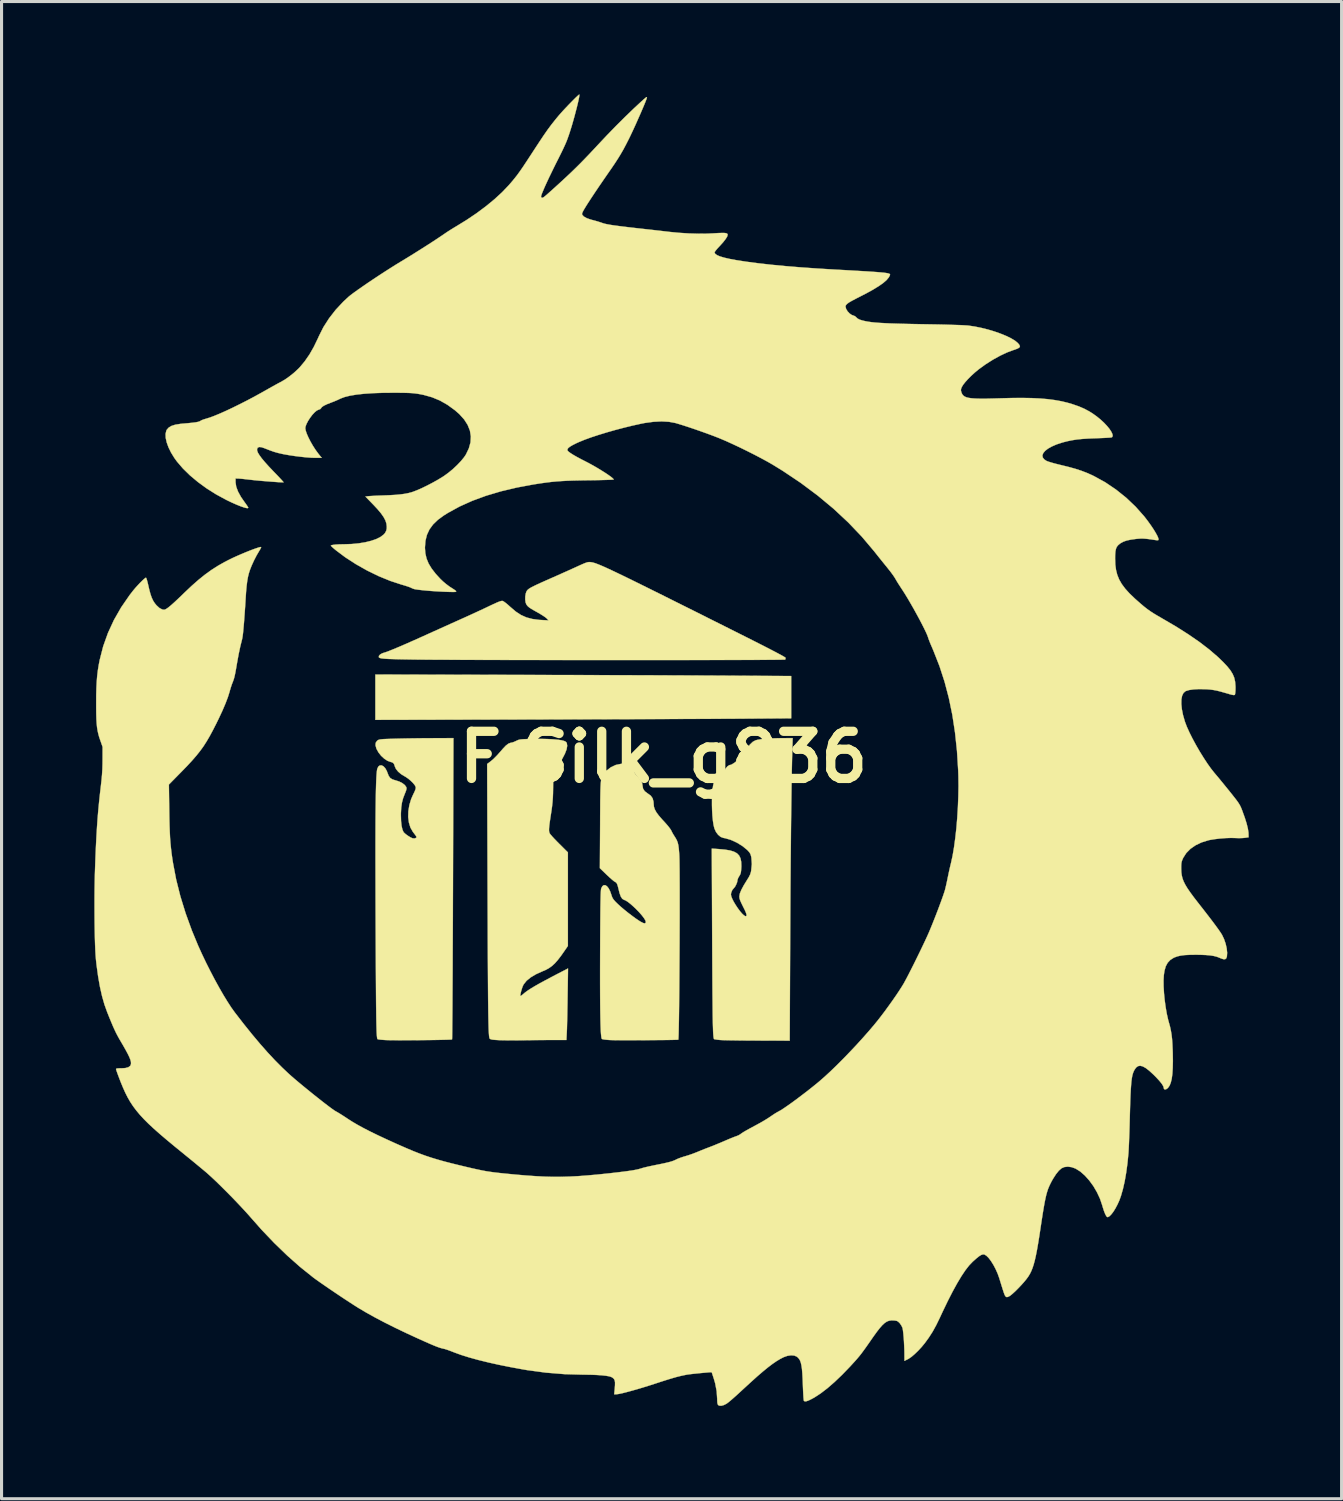
<source format=kicad_pcb>
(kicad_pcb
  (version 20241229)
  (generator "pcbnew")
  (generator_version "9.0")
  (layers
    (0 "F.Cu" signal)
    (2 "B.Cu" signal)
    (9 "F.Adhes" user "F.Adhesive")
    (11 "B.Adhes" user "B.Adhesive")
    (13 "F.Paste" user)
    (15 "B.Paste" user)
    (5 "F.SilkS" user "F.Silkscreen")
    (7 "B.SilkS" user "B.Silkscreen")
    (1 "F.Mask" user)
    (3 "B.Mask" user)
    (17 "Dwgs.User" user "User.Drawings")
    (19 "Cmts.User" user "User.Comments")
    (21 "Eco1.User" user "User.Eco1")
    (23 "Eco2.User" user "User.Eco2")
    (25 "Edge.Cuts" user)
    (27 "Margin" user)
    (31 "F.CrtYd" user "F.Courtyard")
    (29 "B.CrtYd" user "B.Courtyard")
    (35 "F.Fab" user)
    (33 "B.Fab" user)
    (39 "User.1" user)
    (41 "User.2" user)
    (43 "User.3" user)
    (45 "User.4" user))
  (footprint "F.Silk_g836"
    (layer "F.Cu")
    (at 18.395 21.421)
    (property "Reference" "F.Silk_g836" (at 0 0 0) (layer "F.SilkS") (effects (font (size 1.524 1.524) (thickness 0.3))))
    (attr through_hole)
    (fp_poly (pts (xy -4.588 -2.657) (xy -4.112 -2.656) (xy -3.63 -2.654) (xy -3.145 -2.653) (xy -2.659 -2.652) (xy -2.177 -2.65) (xy -1.702 -2.648) (xy -1.235 -2.647) (xy -0.781 -2.645) (xy -0.343 -2.644) (xy 0.076 -2.642) (xy 0.473 -2.64) (xy 0.846 -2.639) (xy 1.19 -2.637) (xy 1.503 -2.636) (xy 1.781 -2.634) (xy 2.022 -2.633) (xy 2.133 -2.632) (xy 4.128 -2.62) (xy 4.128 -1.254) (xy 2.302 -1.241) (xy 2.103 -1.24) (xy 1.865 -1.239) (xy 1.59 -1.237) (xy 1.282 -1.236) (xy 0.943 -1.234) (xy 0.577 -1.233) (xy 0.185 -1.231) (xy -0.228 -1.229) (xy -0.661 -1.228) (xy -1.109 -1.226) (xy -1.571 -1.225) (xy -2.043 -1.223) (xy -2.523 -1.222) (xy -3.007 -1.22) (xy -3.492 -1.219) (xy -3.976 -1.217) (xy -4.419 -1.216) (xy -9.313 -1.204) (xy -9.313 -2.669) (xy -4.588 -2.657)) (stroke (width 0.01) (type solid)) (fill yes) (layer "F.SilkS"))
    (fp_poly (pts (xy -3.94 -0.589) (xy -3.777 -0.585) (xy -3.632 -0.579) (xy -3.562 -0.575) (xy -3.41 -0.561) (xy -3.295 -0.544) (xy -3.214 -0.523) (xy -3.16 -0.498) (xy -3.13 -0.465) (xy -3.125 -0.454) (xy -3.112 -0.365) (xy -3.132 -0.249) (xy -3.186 -0.109) (xy -3.273 0.058) (xy -3.374 0.22) (xy -3.434 0.311) (xy -3.479 0.384) (xy -3.513 0.445) (xy -3.536 0.505) (xy -3.551 0.569) (xy -3.559 0.646) (xy -3.564 0.744) (xy -3.566 0.871) (xy -3.567 0.984) (xy -3.57 1.165) (xy -3.576 1.316) (xy -3.586 1.452) (xy -3.6 1.584) (xy -3.619 1.726) (xy -3.629 1.789) (xy -3.656 1.966) (xy -3.677 2.107) (xy -3.691 2.217) (xy -3.698 2.3) (xy -3.7 2.362) (xy -3.696 2.408) (xy -3.687 2.443) (xy -3.676 2.467) (xy -3.651 2.502) (xy -3.601 2.56) (xy -3.531 2.636) (xy -3.448 2.722) (xy -3.367 2.804) (xy -3.09 3.079) (xy -3.09 6.104) (xy -3.2 6.264) (xy -3.317 6.43) (xy -3.421 6.564) (xy -3.516 6.671) (xy -3.61 6.756) (xy -3.706 6.824) (xy -3.812 6.881) (xy -3.906 6.921) (xy -4.119 7.017) (xy -4.292 7.12) (xy -4.426 7.229) (xy -4.518 7.345) (xy -4.536 7.378) (xy -4.559 7.432) (xy -4.582 7.503) (xy -4.604 7.579) (xy -4.62 7.649) (xy -4.628 7.701) (xy -4.626 7.721) (xy -4.605 7.716) (xy -4.566 7.687) (xy -4.545 7.669) (xy -4.481 7.614) (xy -4.398 7.553) (xy -4.293 7.484) (xy -4.164 7.406) (xy -4.008 7.317) (xy -3.82 7.215) (xy -3.599 7.098) (xy -3.485 7.038) (xy -3.085 6.831) (xy -3.099 7.739) (xy -3.102 7.942) (xy -3.106 8.142) (xy -3.109 8.331) (xy -3.113 8.505) (xy -3.117 8.657) (xy -3.12 8.782) (xy -3.124 8.872) (xy -3.125 8.895) (xy -3.137 9.144) (xy -3.595 9.144) (xy -3.761 9.144) (xy -3.953 9.146) (xy -4.158 9.147) (xy -4.361 9.15) (xy -4.546 9.152) (xy -4.572 9.153) (xy -4.734 9.154) (xy -4.898 9.155) (xy -5.055 9.154) (xy -5.193 9.152) (xy -5.304 9.149) (xy -5.341 9.147) (xy -5.453 9.14) (xy -5.53 9.132) (xy -5.579 9.121) (xy -5.608 9.107) (xy -5.618 9.097) (xy -5.624 9.085) (xy -5.629 9.064) (xy -5.634 9.034) (xy -5.639 8.992) (xy -5.643 8.936) (xy -5.647 8.866) (xy -5.651 8.78) (xy -5.654 8.675) (xy -5.657 8.551) (xy -5.66 8.406) (xy -5.663 8.238) (xy -5.665 8.045) (xy -5.668 7.827) (xy -5.67 7.582) (xy -5.672 7.307) (xy -5.674 7.002) (xy -5.676 6.664) (xy -5.678 6.293) (xy -5.68 5.887) (xy -5.681 5.443) (xy -5.683 4.961) (xy -5.685 4.439) (xy -5.686 4.202) (xy -5.699 0.222) (xy -5.594 0.143) (xy -5.493 0.058) (xy -5.377 -0.059) (xy -5.244 -0.208) (xy -5.188 -0.274) (xy -5.096 -0.371) (xy -5.01 -0.436) (xy -4.934 -0.464) (xy -4.918 -0.466) (xy -4.874 -0.475) (xy -4.811 -0.5) (xy -4.764 -0.522) (xy -4.724 -0.541) (xy -4.687 -0.556) (xy -4.643 -0.567) (xy -4.588 -0.574) (xy -4.512 -0.579) (xy -4.41 -0.583) (xy -4.273 -0.587) (xy -4.26 -0.587) (xy -4.106 -0.589) (xy -3.94 -0.589)) (stroke (width 0.01) (type solid)) (fill yes) (layer "F.SilkS"))
    (fp_poly (pts (xy 4.163 -0.175) (xy 4.157 0.019) (xy 4.152 0.252) (xy 4.146 0.523) (xy 4.141 0.83) (xy 4.136 1.171) (xy 4.131 1.543) (xy 4.126 1.944) (xy 4.121 2.372) (xy 4.117 2.825) (xy 4.112 3.3) (xy 4.108 3.796) (xy 4.104 4.309) (xy 4.101 4.839) (xy 4.098 5.383) (xy 4.095 5.938) (xy 4.094 6.186) (xy 4.08 9.165) (xy 3.051 9.162) (xy 2.839 9.161) (xy 2.633 9.16) (xy 2.44 9.158) (xy 2.264 9.155) (xy 2.11 9.153) (xy 1.984 9.15) (xy 1.89 9.147) (xy 1.836 9.144) (xy 1.751 9.136) (xy 1.683 9.126) (xy 1.642 9.118) (xy 1.635 9.114) (xy 1.629 9.103) (xy 1.623 9.083) (xy 1.618 9.051) (xy 1.613 9.005) (xy 1.608 8.944) (xy 1.604 8.865) (xy 1.601 8.767) (xy 1.597 8.648) (xy 1.594 8.505) (xy 1.591 8.338) (xy 1.589 8.143) (xy 1.587 7.92) (xy 1.584 7.665) (xy 1.582 7.378) (xy 1.58 7.056) (xy 1.578 6.697) (xy 1.576 6.3) (xy 1.574 5.897) (xy 1.561 2.957) (xy 1.78 2.972) (xy 1.983 2.99) (xy 2.148 3.017) (xy 2.277 3.056) (xy 2.375 3.109) (xy 2.444 3.18) (xy 2.489 3.271) (xy 2.512 3.384) (xy 2.517 3.523) (xy 2.515 3.567) (xy 2.509 3.665) (xy 2.5 3.733) (xy 2.485 3.783) (xy 2.461 3.828) (xy 2.449 3.846) (xy 2.414 3.907) (xy 2.394 3.963) (xy 2.391 3.98) (xy 2.38 4.044) (xy 2.35 4.119) (xy 2.313 4.189) (xy 2.277 4.232) (xy 2.223 4.298) (xy 2.188 4.384) (xy 2.18 4.442) (xy 2.192 4.505) (xy 2.226 4.588) (xy 2.275 4.684) (xy 2.337 4.786) (xy 2.404 4.887) (xy 2.474 4.981) (xy 2.541 5.059) (xy 2.601 5.115) (xy 2.648 5.142) (xy 2.658 5.144) (xy 2.682 5.133) (xy 2.685 5.098) (xy 2.668 5.037) (xy 2.63 4.947) (xy 2.569 4.825) (xy 2.514 4.712) (xy 2.477 4.628) (xy 2.458 4.563) (xy 2.452 4.51) (xy 2.452 4.506) (xy 2.468 4.411) (xy 2.517 4.29) (xy 2.597 4.141) (xy 2.697 3.979) (xy 2.76 3.878) (xy 2.801 3.795) (xy 2.826 3.716) (xy 2.834 3.675) (xy 2.856 3.457) (xy 2.842 3.256) (xy 2.834 3.213) (xy 2.815 3.145) (xy 2.786 3.09) (xy 2.737 3.032) (xy 2.7 2.995) (xy 2.548 2.872) (xy 2.373 2.765) (xy 2.187 2.68) (xy 2.003 2.624) (xy 1.937 2.612) (xy 1.85 2.58) (xy 1.768 2.513) (xy 1.698 2.421) (xy 1.648 2.311) (xy 1.646 2.307) (xy 1.619 2.196) (xy 1.598 2.058) (xy 1.582 1.9) (xy 1.572 1.73) (xy 1.567 1.553) (xy 1.567 1.378) (xy 1.573 1.211) (xy 1.585 1.059) (xy 1.602 0.93) (xy 1.625 0.829) (xy 1.648 0.773) (xy 1.692 0.722) (xy 1.749 0.688) (xy 1.749 0.688) (xy 1.81 0.663) (xy 1.856 0.627) (xy 1.898 0.571) (xy 1.943 0.485) (xy 1.948 0.475) (xy 2.008 0.37) (xy 2.07 0.297) (xy 2.132 0.258) (xy 2.16 0.254) (xy 2.201 0.24) (xy 2.264 0.202) (xy 2.341 0.146) (xy 2.424 0.077) (xy 2.505 0.003) (xy 2.555 -0.048) (xy 2.619 -0.124) (xy 2.678 -0.209) (xy 2.717 -0.279) (xy 2.79 -0.403) (xy 2.884 -0.492) (xy 2.973 -0.541) (xy 3.041 -0.56) (xy 3.146 -0.577) (xy 3.282 -0.591) (xy 3.445 -0.602) (xy 3.628 -0.609) (xy 3.826 -0.613) (xy 3.871 -0.613) (xy 4.176 -0.614) (xy 4.163 -0.175)) (stroke (width 0.01) (type solid)) (fill yes) (layer "F.SilkS"))
    (fp_poly (pts (xy -2.369 -6.303) (xy -2.35 -6.301) (xy -2.318 -6.296) (xy -2.282 -6.289) (xy -2.24 -6.277) (xy -2.192 -6.262) (xy -2.134 -6.24) (xy -2.066 -6.213) (xy -1.985 -6.179) (xy -1.891 -6.138) (xy -1.781 -6.087) (xy -1.654 -6.028) (xy -1.507 -5.958) (xy -1.34 -5.878) (xy -1.151 -5.786) (xy -0.937 -5.681) (xy -0.698 -5.563) (xy -0.431 -5.431) (xy -0.135 -5.284) (xy 0.192 -5.121) (xy 0.552 -4.941) (xy 0.946 -4.745) (xy 1.376 -4.53) (xy 1.416 -4.509) (xy 1.794 -4.32) (xy 2.135 -4.149) (xy 2.442 -3.995) (xy 2.715 -3.858) (xy 2.956 -3.736) (xy 3.167 -3.629) (xy 3.349 -3.536) (xy 3.504 -3.456) (xy 3.632 -3.389) (xy 3.737 -3.333) (xy 3.819 -3.289) (xy 3.88 -3.254) (xy 3.921 -3.229) (xy 3.943 -3.213) (xy 3.949 -3.204) (xy 3.949 -3.204) (xy 3.938 -3.164) (xy 3.937 -3.152) (xy 3.916 -3.15) (xy 3.855 -3.149) (xy 3.756 -3.147) (xy 3.62 -3.146) (xy 3.45 -3.145) (xy 3.248 -3.143) (xy 3.016 -3.142) (xy 2.756 -3.141) (xy 2.47 -3.14) (xy 2.159 -3.14) (xy 1.827 -3.139) (xy 1.475 -3.138) (xy 1.105 -3.138) (xy 0.719 -3.137) (xy 0.319 -3.137) (xy -0.092 -3.137) (xy -0.514 -3.136) (xy -0.943 -3.136) (xy -1.378 -3.136) (xy -1.816 -3.136) (xy -2.257 -3.137) (xy -2.696 -3.137) (xy -3.134 -3.137) (xy -3.566 -3.138) (xy -3.993 -3.138) (xy -4.411 -3.139) (xy -4.818 -3.139) (xy -5.213 -3.14) (xy -5.592 -3.141) (xy -5.956 -3.142) (xy -6.3 -3.143) (xy -6.624 -3.144) (xy -6.925 -3.146) (xy -7.201 -3.147) (xy -7.451 -3.148) (xy -7.671 -3.15) (xy -7.861 -3.151) (xy -8.017 -3.153) (xy -8.139 -3.155) (xy -8.379 -3.159) (xy -8.58 -3.163) (xy -8.745 -3.168) (xy -8.879 -3.172) (xy -8.983 -3.178) (xy -9.063 -3.185) (xy -9.121 -3.192) (xy -9.16 -3.202) (xy -9.185 -3.212) (xy -9.198 -3.225) (xy -9.201 -3.231) (xy -9.196 -3.273) (xy -9.159 -3.315) (xy -9.096 -3.352) (xy -9.051 -3.368) (xy -8.974 -3.392) (xy -8.863 -3.433) (xy -8.717 -3.492) (xy -8.535 -3.568) (xy -8.318 -3.662) (xy -8.065 -3.774) (xy -7.774 -3.904) (xy -7.631 -3.969) (xy -7.439 -4.056) (xy -7.241 -4.145) (xy -7.044 -4.234) (xy -6.856 -4.319) (xy -6.684 -4.396) (xy -6.535 -4.463) (xy -6.424 -4.513) (xy -6.267 -4.584) (xy -6.093 -4.664) (xy -5.916 -4.746) (xy -5.751 -4.823) (xy -5.628 -4.882) (xy -5.492 -4.946) (xy -5.389 -4.993) (xy -5.313 -5.024) (xy -5.258 -5.042) (xy -5.22 -5.049) (xy -5.197 -5.047) (xy -5.16 -5.027) (xy -5.101 -4.984) (xy -5.027 -4.923) (xy -4.947 -4.851) (xy -4.94 -4.845) (xy -4.772 -4.702) (xy -4.605 -4.593) (xy -4.43 -4.515) (xy -4.237 -4.464) (xy -4.019 -4.435) (xy -3.948 -4.431) (xy -3.715 -4.419) (xy -3.775 -4.483) (xy -3.817 -4.518) (xy -3.887 -4.566) (xy -3.975 -4.621) (xy -4.071 -4.677) (xy -4.071 -4.677) (xy -4.187 -4.742) (xy -4.272 -4.792) (xy -4.333 -4.832) (xy -4.376 -4.867) (xy -4.407 -4.901) (xy -4.432 -4.936) (xy -4.458 -5.003) (xy -4.469 -5.094) (xy -4.467 -5.195) (xy -4.451 -5.29) (xy -4.429 -5.351) (xy -4.413 -5.378) (xy -4.392 -5.404) (xy -4.362 -5.43) (xy -4.319 -5.459) (xy -4.26 -5.493) (xy -4.18 -5.533) (xy -4.076 -5.583) (xy -3.945 -5.643) (xy -3.781 -5.716) (xy -3.598 -5.797) (xy -3.439 -5.867) (xy -3.272 -5.942) (xy -3.106 -6.016) (xy -2.953 -6.085) (xy -2.824 -6.143) (xy -2.777 -6.165) (xy -2.656 -6.22) (xy -2.566 -6.259) (xy -2.5 -6.284) (xy -2.45 -6.299) (xy -2.409 -6.304) (xy -2.369 -6.303)) (stroke (width 0.01) (type solid)) (fill yes) (layer "F.SilkS"))
    (fp_poly (pts (xy -6.804 4.249) (xy -6.806 4.7) (xy -6.807 5.14) (xy -6.809 5.566) (xy -6.811 5.978) (xy -6.813 6.373) (xy -6.814 6.749) (xy -6.816 7.104) (xy -6.818 7.438) (xy -6.82 7.746) (xy -6.821 8.029) (xy -6.823 8.284) (xy -6.825 8.508) (xy -6.827 8.701) (xy -6.828 8.86) (xy -6.83 8.984) (xy -6.831 9.07) (xy -6.833 9.117) (xy -6.834 9.125) (xy -6.858 9.129) (xy -6.919 9.132) (xy -7.013 9.135) (xy -7.135 9.138) (xy -7.279 9.141) (xy -7.441 9.144) (xy -7.617 9.146) (xy -7.801 9.148) (xy -7.988 9.15) (xy -8.173 9.151) (xy -8.352 9.151) (xy -8.52 9.152) (xy -8.671 9.151) (xy -8.801 9.15) (xy -8.906 9.148) (xy -8.978 9.146) (xy -9.077 9.139) (xy -9.16 9.132) (xy -9.219 9.123) (xy -9.243 9.116) (xy -9.248 9.106) (xy -9.254 9.088) (xy -9.258 9.058) (xy -9.263 9.017) (xy -9.267 8.961) (xy -9.271 8.89) (xy -9.274 8.801) (xy -9.277 8.692) (xy -9.28 8.562) (xy -9.283 8.41) (xy -9.285 8.232) (xy -9.288 8.029) (xy -9.29 7.797) (xy -9.292 7.535) (xy -9.294 7.241) (xy -9.296 6.914) (xy -9.298 6.551) (xy -9.3 6.152) (xy -9.302 5.713) (xy -9.304 5.234) (xy -9.304 5.228) (xy -9.306 4.668) (xy -9.307 4.148) (xy -9.308 3.668) (xy -9.309 3.227) (xy -9.309 2.823) (xy -9.308 2.455) (xy -9.307 2.121) (xy -9.305 1.821) (xy -9.302 1.553) (xy -9.299 1.315) (xy -9.295 1.107) (xy -9.29 0.928) (xy -9.285 0.775) (xy -9.279 0.648) (xy -9.272 0.545) (xy -9.265 0.465) (xy -9.257 0.407) (xy -9.25 0.376) (xy -9.215 0.304) (xy -9.167 0.269) (xy -9.111 0.267) (xy -9.052 0.297) (xy -8.994 0.358) (xy -8.944 0.446) (xy -8.922 0.504) (xy -8.882 0.605) (xy -8.834 0.673) (xy -8.766 0.718) (xy -8.669 0.75) (xy -8.651 0.754) (xy -8.538 0.791) (xy -8.438 0.843) (xy -8.36 0.904) (xy -8.314 0.968) (xy -8.311 0.976) (xy -8.305 1.015) (xy -8.315 1.066) (xy -8.342 1.141) (xy -8.36 1.183) (xy -8.416 1.329) (xy -8.454 1.475) (xy -8.477 1.634) (xy -8.487 1.818) (xy -8.487 1.884) (xy -8.482 2.07) (xy -8.465 2.224) (xy -8.438 2.342) (xy -8.402 2.422) (xy -8.39 2.437) (xy -8.332 2.49) (xy -8.256 2.545) (xy -8.178 2.593) (xy -8.112 2.623) (xy -8.107 2.625) (xy -8.039 2.629) (xy -8.009 2.615) (xy -7.991 2.602) (xy -7.983 2.59) (xy -7.987 2.572) (xy -8.006 2.54) (xy -8.044 2.489) (xy -8.102 2.413) (xy -8.179 2.278) (xy -8.228 2.117) (xy -8.251 1.938) (xy -8.246 1.747) (xy -8.214 1.551) (xy -8.156 1.357) (xy -8.093 1.215) (xy -8.046 1.118) (xy -8.018 1.049) (xy -8.007 1) (xy -8.01 0.964) (xy -8.037 0.909) (xy -8.092 0.841) (xy -8.165 0.768) (xy -8.247 0.699) (xy -8.328 0.643) (xy -8.359 0.625) (xy -8.478 0.553) (xy -8.576 0.47) (xy -8.647 0.382) (xy -8.68 0.31) (xy -8.705 0.234) (xy -8.735 0.19) (xy -8.78 0.166) (xy -8.817 0.157) (xy -8.92 0.12) (xy -9.025 0.051) (xy -9.126 -0.042) (xy -9.212 -0.151) (xy -9.275 -0.266) (xy -9.281 -0.282) (xy -9.308 -0.384) (xy -9.301 -0.463) (xy -9.258 -0.525) (xy -9.243 -0.537) (xy -9.223 -0.551) (xy -9.198 -0.561) (xy -9.164 -0.57) (xy -9.115 -0.576) (xy -9.046 -0.582) (xy -8.952 -0.586) (xy -8.827 -0.59) (xy -8.666 -0.595) (xy -8.63 -0.596) (xy -8.452 -0.6) (xy -8.245 -0.604) (xy -8.022 -0.607) (xy -7.796 -0.61) (xy -7.58 -0.611) (xy -7.432 -0.612) (xy -6.789 -0.614) (xy -6.804 4.249)) (stroke (width 0.01) (type solid)) (fill yes) (layer "F.SilkS"))
    (fp_poly (pts (xy -1.167 0.22) (xy -1.105 0.241) (xy -1.048 0.28) (xy -1.039 0.288) (xy -0.983 0.356) (xy -0.96 0.431) (xy -0.943 0.492) (xy -0.907 0.55) (xy -0.845 0.619) (xy -0.841 0.623) (xy -0.746 0.733) (xy -0.692 0.836) (xy -0.677 0.921) (xy -0.66 1.02) (xy -0.606 1.103) (xy -0.513 1.174) (xy -0.503 1.18) (xy -0.409 1.249) (xy -0.35 1.335) (xy -0.322 1.443) (xy -0.317 1.519) (xy -0.309 1.604) (xy -0.281 1.689) (xy -0.232 1.781) (xy -0.156 1.884) (xy -0.052 2.005) (xy -0.001 2.06) (xy 0.079 2.148) (xy 0.15 2.231) (xy 0.206 2.303) (xy 0.241 2.355) (xy 0.248 2.367) (xy 0.278 2.429) (xy 0.321 2.505) (xy 0.351 2.552) (xy 0.399 2.628) (xy 0.435 2.697) (xy 0.461 2.768) (xy 0.48 2.849) (xy 0.494 2.95) (xy 0.505 3.08) (xy 0.51 3.149) (xy 0.513 3.218) (xy 0.516 3.323) (xy 0.518 3.461) (xy 0.52 3.628) (xy 0.521 3.824) (xy 0.522 4.043) (xy 0.523 4.284) (xy 0.523 4.543) (xy 0.523 4.818) (xy 0.523 5.106) (xy 0.522 5.403) (xy 0.521 5.707) (xy 0.52 6.015) (xy 0.518 6.324) (xy 0.516 6.631) (xy 0.514 6.934) (xy 0.512 7.229) (xy 0.51 7.513) (xy 0.507 7.784) (xy 0.505 8.038) (xy 0.502 8.273) (xy 0.499 8.486) (xy 0.495 8.674) (xy 0.492 8.833) (xy 0.489 8.962) (xy 0.485 9.057) (xy 0.482 9.115) (xy 0.479 9.133) (xy 0.45 9.136) (xy 0.384 9.138) (xy 0.285 9.141) (xy 0.159 9.143) (xy 0.01 9.145) (xy -0.157 9.146) (xy -0.336 9.148) (xy -0.523 9.149) (xy -0.713 9.15) (xy -0.901 9.151) (xy -1.081 9.151) (xy -1.25 9.151) (xy -1.402 9.151) (xy -1.532 9.15) (xy -1.635 9.148) (xy -1.707 9.146) (xy -1.719 9.146) (xy -1.832 9.138) (xy -1.92 9.128) (xy -1.976 9.116) (xy -1.992 9.108) (xy -2.003 9.081) (xy -2.012 9.022) (xy -2.021 8.931) (xy -2.028 8.806) (xy -2.034 8.646) (xy -2.039 8.451) (xy -2.043 8.22) (xy -2.046 7.951) (xy -2.048 7.644) (xy -2.049 7.298) (xy -2.049 6.912) (xy -2.048 6.485) (xy -2.047 6.244) (xy -2.046 5.891) (xy -2.044 5.578) (xy -2.042 5.304) (xy -2.04 5.066) (xy -2.038 4.863) (xy -2.035 4.693) (xy -2.032 4.553) (xy -2.029 4.441) (xy -2.025 4.357) (xy -2.021 4.297) (xy -2.016 4.26) (xy -2.014 4.249) (xy -1.977 4.175) (xy -1.931 4.14) (xy -1.879 4.14) (xy -1.825 4.176) (xy -1.771 4.244) (xy -1.722 4.343) (xy -1.691 4.432) (xy -1.668 4.503) (xy -1.643 4.559) (xy -1.609 4.61) (xy -1.558 4.668) (xy -1.484 4.741) (xy -1.396 4.823) (xy -1.284 4.918) (xy -1.16 5.019) (xy -1.031 5.117) (xy -0.909 5.208) (xy -0.801 5.281) (xy -0.739 5.32) (xy -0.659 5.361) (xy -0.606 5.375) (xy -0.578 5.36) (xy -0.572 5.325) (xy -0.587 5.274) (xy -0.631 5.203) (xy -0.696 5.118) (xy -0.778 5.024) (xy -0.87 4.928) (xy -0.966 4.835) (xy -1.061 4.751) (xy -1.15 4.681) (xy -1.225 4.633) (xy -1.278 4.612) (xy -1.332 4.58) (xy -1.379 4.508) (xy -1.419 4.399) (xy -1.429 4.36) (xy -1.457 4.245) (xy -1.478 4.163) (xy -1.497 4.108) (xy -1.515 4.073) (xy -1.537 4.05) (xy -1.564 4.033) (xy -1.571 4.03) (xy -1.611 4.003) (xy -1.672 3.952) (xy -1.748 3.885) (xy -1.83 3.808) (xy -1.846 3.793) (xy -2.056 3.59) (xy -2.048 2.181) (xy -2.047 1.888) (xy -2.045 1.634) (xy -2.044 1.415) (xy -2.041 1.23) (xy -2.038 1.075) (xy -2.033 0.946) (xy -2.027 0.841) (xy -2.018 0.756) (xy -2.008 0.688) (xy -1.994 0.634) (xy -1.977 0.591) (xy -1.957 0.556) (xy -1.933 0.525) (xy -1.905 0.496) (xy -1.872 0.465) (xy -1.852 0.447) (xy -1.703 0.33) (xy -1.542 0.254) (xy -1.37 0.218) (xy -1.353 0.216) (xy -1.246 0.212) (xy -1.167 0.22)) (stroke (width 0.01) (type solid)) (fill yes) (layer "F.SilkS"))
    (fp_poly (pts (xy -2.718 -21.39) (xy -2.727 -21.329) (xy -2.745 -21.239) (xy -2.771 -21.125) (xy -2.803 -20.994) (xy -2.84 -20.852) (xy -2.879 -20.703) (xy -2.921 -20.554) (xy -2.962 -20.411) (xy -3.003 -20.279) (xy -3.02 -20.225) (xy -3.055 -20.119) (xy -3.088 -20.025) (xy -3.12 -19.937) (xy -3.156 -19.849) (xy -3.198 -19.755) (xy -3.248 -19.647) (xy -3.31 -19.52) (xy -3.386 -19.367) (xy -3.466 -19.209) (xy -3.544 -19.052) (xy -3.622 -18.891) (xy -3.698 -18.735) (xy -3.765 -18.591) (xy -3.821 -18.469) (xy -3.854 -18.395) (xy -3.901 -18.283) (xy -3.933 -18.204) (xy -3.951 -18.151) (xy -3.957 -18.117) (xy -3.953 -18.097) (xy -3.941 -18.085) (xy -3.921 -18.077) (xy -3.895 -18.084) (xy -3.856 -18.109) (xy -3.798 -18.157) (xy -3.726 -18.22) (xy -3.504 -18.419) (xy -3.309 -18.597) (xy -3.135 -18.758) (xy -2.976 -18.908) (xy -2.827 -19.053) (xy -2.681 -19.198) (xy -2.533 -19.35) (xy -2.377 -19.513) (xy -2.208 -19.693) (xy -2.117 -19.791) (xy -1.831 -20.095) (xy -1.538 -20.397) (xy -1.247 -20.687) (xy -0.965 -20.959) (xy -0.719 -21.188) (xy -0.638 -21.261) (xy -0.583 -21.308) (xy -0.55 -21.331) (xy -0.536 -21.332) (xy -0.535 -21.316) (xy -0.537 -21.31) (xy -0.553 -21.259) (xy -0.585 -21.176) (xy -0.63 -21.066) (xy -0.685 -20.936) (xy -0.747 -20.792) (xy -0.815 -20.639) (xy -0.884 -20.483) (xy -0.953 -20.331) (xy -1.02 -20.188) (xy -1.08 -20.061) (xy -1.119 -19.981) (xy -1.211 -19.801) (xy -1.296 -19.641) (xy -1.381 -19.493) (xy -1.471 -19.346) (xy -1.573 -19.189) (xy -1.692 -19.013) (xy -1.748 -18.934) (xy -1.928 -18.673) (xy -2.091 -18.435) (xy -2.235 -18.221) (xy -2.358 -18.035) (xy -2.459 -17.879) (xy -2.517 -17.786) (xy -2.574 -17.691) (xy -2.61 -17.624) (xy -2.629 -17.579) (xy -2.632 -17.548) (xy -2.626 -17.529) (xy -2.574 -17.472) (xy -2.48 -17.419) (xy -2.348 -17.373) (xy -2.283 -17.356) (xy -2.185 -17.33) (xy -2.088 -17.301) (xy -2.01 -17.275) (xy -2 -17.272) (xy -1.95 -17.254) (xy -1.888 -17.237) (xy -1.812 -17.221) (xy -1.718 -17.204) (xy -1.6 -17.186) (xy -1.456 -17.167) (xy -1.282 -17.145) (xy -1.073 -17.12) (xy -0.827 -17.092) (xy -0.825 -17.092) (xy -0.639 -17.071) (xy -0.448 -17.05) (xy -0.261 -17.029) (xy -0.086 -17.009) (xy 0.067 -16.991) (xy 0.188 -16.977) (xy 0.201 -16.975) (xy 0.503 -16.946) (xy 0.814 -16.926) (xy 1.122 -16.917) (xy 1.412 -16.919) (xy 1.619 -16.929) (xy 1.772 -16.938) (xy 1.887 -16.942) (xy 1.969 -16.941) (xy 2.024 -16.934) (xy 2.057 -16.92) (xy 2.072 -16.9) (xy 2.074 -16.881) (xy 2.058 -16.824) (xy 2.008 -16.744) (xy 1.928 -16.641) (xy 1.817 -16.518) (xy 1.796 -16.496) (xy 1.734 -16.429) (xy 1.686 -16.37) (xy 1.656 -16.327) (xy 1.651 -16.313) (xy 1.67 -16.269) (xy 1.728 -16.226) (xy 1.825 -16.184) (xy 1.963 -16.143) (xy 2.141 -16.102) (xy 2.335 -16.066) (xy 2.679 -16.012) (xy 3.064 -15.962) (xy 3.487 -15.914) (xy 3.949 -15.87) (xy 4.446 -15.829) (xy 4.977 -15.792) (xy 5.535 -15.758) (xy 5.853 -15.741) (xy 6.131 -15.725) (xy 6.372 -15.711) (xy 6.579 -15.699) (xy 6.754 -15.687) (xy 6.899 -15.677) (xy 7.018 -15.667) (xy 7.113 -15.658) (xy 7.186 -15.649) (xy 7.241 -15.64) (xy 7.279 -15.63) (xy 7.304 -15.621) (xy 7.318 -15.61) (xy 7.323 -15.598) (xy 7.324 -15.593) (xy 7.313 -15.564) (xy 7.288 -15.515) (xy 7.281 -15.504) (xy 7.213 -15.421) (xy 7.104 -15.326) (xy 6.956 -15.222) (xy 6.77 -15.108) (xy 6.547 -14.985) (xy 6.358 -14.888) (xy 6.207 -14.811) (xy 6.09 -14.749) (xy 6.003 -14.699) (xy 5.944 -14.657) (xy 5.907 -14.621) (xy 5.888 -14.588) (xy 5.884 -14.562) (xy 5.902 -14.489) (xy 5.948 -14.411) (xy 6.013 -14.341) (xy 6.085 -14.291) (xy 6.131 -14.275) (xy 6.19 -14.251) (xy 6.232 -14.213) (xy 6.271 -14.177) (xy 6.334 -14.143) (xy 6.365 -14.132) (xy 6.439 -14.11) (xy 6.52 -14.091) (xy 6.611 -14.074) (xy 6.716 -14.059) (xy 6.837 -14.046) (xy 6.978 -14.035) (xy 7.143 -14.026) (xy 7.333 -14.017) (xy 7.553 -14.01) (xy 7.806 -14.003) (xy 8.094 -13.997) (xy 8.421 -13.991) (xy 8.435 -13.991) (xy 8.664 -13.987) (xy 8.886 -13.983) (xy 9.097 -13.978) (xy 9.291 -13.972) (xy 9.464 -13.967) (xy 9.612 -13.962) (xy 9.729 -13.956) (xy 9.811 -13.951) (xy 9.842 -13.949) (xy 10.054 -13.918) (xy 10.271 -13.874) (xy 10.488 -13.82) (xy 10.698 -13.757) (xy 10.896 -13.687) (xy 11.077 -13.613) (xy 11.233 -13.537) (xy 11.36 -13.461) (xy 11.451 -13.386) (xy 11.461 -13.375) (xy 11.505 -13.32) (xy 11.521 -13.277) (xy 11.506 -13.242) (xy 11.457 -13.21) (xy 11.372 -13.176) (xy 11.31 -13.156) (xy 11.1 -13.078) (xy 10.874 -12.971) (xy 10.638 -12.84) (xy 10.403 -12.69) (xy 10.176 -12.525) (xy 10.171 -12.52) (xy 10.059 -12.427) (xy 9.948 -12.325) (xy 9.844 -12.221) (xy 9.754 -12.121) (xy 9.685 -12.033) (xy 9.643 -11.963) (xy 9.643 -11.963) (xy 9.619 -11.902) (xy 9.613 -11.857) (xy 9.625 -11.805) (xy 9.632 -11.784) (xy 9.654 -11.734) (xy 9.684 -11.693) (xy 9.727 -11.659) (xy 9.784 -11.632) (xy 9.861 -11.612) (xy 9.959 -11.598) (xy 10.083 -11.589) (xy 10.236 -11.585) (xy 10.421 -11.585) (xy 10.642 -11.59) (xy 10.89 -11.597) (xy 11.262 -11.607) (xy 11.597 -11.609) (xy 11.898 -11.604) (xy 12.171 -11.591) (xy 12.419 -11.57) (xy 12.647 -11.54) (xy 12.859 -11.502) (xy 13.06 -11.454) (xy 13.225 -11.405) (xy 13.427 -11.335) (xy 13.603 -11.259) (xy 13.767 -11.171) (xy 13.872 -11.105) (xy 14.001 -11.013) (xy 14.124 -10.913) (xy 14.236 -10.81) (xy 14.333 -10.707) (xy 14.414 -10.609) (xy 14.474 -10.518) (xy 14.51 -10.441) (xy 14.52 -10.38) (xy 14.498 -10.34) (xy 14.494 -10.337) (xy 14.466 -10.331) (xy 14.402 -10.325) (xy 14.308 -10.32) (xy 14.191 -10.314) (xy 14.058 -10.309) (xy 13.981 -10.306) (xy 13.745 -10.297) (xy 13.543 -10.284) (xy 13.365 -10.266) (xy 13.204 -10.241) (xy 13.05 -10.209) (xy 12.895 -10.169) (xy 12.89 -10.167) (xy 12.708 -10.108) (xy 12.554 -10.041) (xy 12.429 -9.971) (xy 12.335 -9.898) (xy 12.274 -9.824) (xy 12.248 -9.753) (xy 12.259 -9.684) (xy 12.307 -9.622) (xy 12.383 -9.572) (xy 12.436 -9.552) (xy 12.521 -9.525) (xy 12.629 -9.494) (xy 12.751 -9.463) (xy 12.849 -9.439) (xy 13.098 -9.378) (xy 13.314 -9.318) (xy 13.507 -9.255) (xy 13.687 -9.186) (xy 13.862 -9.108) (xy 13.918 -9.08) (xy 14.277 -8.883) (xy 14.624 -8.649) (xy 14.955 -8.384) (xy 15.261 -8.093) (xy 15.535 -7.784) (xy 15.556 -7.758) (xy 15.66 -7.622) (xy 15.756 -7.488) (xy 15.841 -7.361) (xy 15.911 -7.245) (xy 15.964 -7.148) (xy 15.995 -7.073) (xy 16.002 -7.036) (xy 15.994 -7.013) (xy 15.964 -7.008) (xy 15.923 -7.012) (xy 15.775 -7.034) (xy 15.66 -7.05) (xy 15.569 -7.059) (xy 15.494 -7.064) (xy 15.426 -7.064) (xy 15.355 -7.059) (xy 15.275 -7.052) (xy 15.108 -7.029) (xy 14.975 -7.001) (xy 14.868 -6.964) (xy 14.779 -6.916) (xy 14.755 -6.899) (xy 14.696 -6.85) (xy 14.653 -6.797) (xy 14.625 -6.731) (xy 14.607 -6.645) (xy 14.599 -6.532) (xy 14.598 -6.413) (xy 14.604 -6.223) (xy 14.627 -6.051) (xy 14.667 -5.892) (xy 14.728 -5.741) (xy 14.813 -5.593) (xy 14.924 -5.444) (xy 15.064 -5.289) (xy 15.237 -5.123) (xy 15.42 -4.961) (xy 15.529 -4.869) (xy 15.63 -4.79) (xy 15.731 -4.717) (xy 15.842 -4.645) (xy 15.972 -4.567) (xy 16.129 -4.476) (xy 16.567 -4.22) (xy 16.964 -3.968) (xy 17.321 -3.722) (xy 17.638 -3.479) (xy 17.916 -3.24) (xy 18.087 -3.075) (xy 18.221 -2.933) (xy 18.323 -2.806) (xy 18.397 -2.686) (xy 18.447 -2.567) (xy 18.476 -2.439) (xy 18.488 -2.296) (xy 18.489 -2.24) (xy 18.487 -2.147) (xy 18.481 -2.072) (xy 18.472 -2.024) (xy 18.467 -2.012) (xy 18.436 -2.004) (xy 18.374 -2.014) (xy 18.298 -2.034) (xy 18.131 -2.083) (xy 17.996 -2.121) (xy 17.884 -2.149) (xy 17.784 -2.168) (xy 17.69 -2.181) (xy 17.591 -2.19) (xy 17.494 -2.195) (xy 17.3 -2.198) (xy 17.131 -2.188) (xy 16.992 -2.168) (xy 16.887 -2.136) (xy 16.869 -2.127) (xy 16.806 -2.071) (xy 16.763 -1.982) (xy 16.74 -1.862) (xy 16.738 -1.717) (xy 16.755 -1.549) (xy 16.792 -1.362) (xy 16.85 -1.159) (xy 16.86 -1.129) (xy 16.919 -0.975) (xy 17 -0.796) (xy 17.098 -0.6) (xy 17.21 -0.393) (xy 17.33 -0.185) (xy 17.455 0.017) (xy 17.578 0.205) (xy 17.697 0.372) (xy 17.806 0.51) (xy 17.814 0.519) (xy 17.869 0.584) (xy 17.946 0.676) (xy 18.036 0.786) (xy 18.136 0.908) (xy 18.238 1.034) (xy 18.294 1.103) (xy 18.398 1.233) (xy 18.479 1.336) (xy 18.541 1.418) (xy 18.588 1.485) (xy 18.624 1.544) (xy 18.653 1.599) (xy 18.679 1.658) (xy 18.705 1.725) (xy 18.71 1.739) (xy 18.79 1.961) (xy 18.85 2.153) (xy 18.889 2.313) (xy 18.908 2.438) (xy 18.909 2.465) (xy 18.912 2.592) (xy 18.785 2.61) (xy 18.699 2.617) (xy 18.593 2.619) (xy 18.49 2.616) (xy 18.486 2.615) (xy 18.34 2.612) (xy 18.169 2.618) (xy 17.988 2.632) (xy 17.812 2.653) (xy 17.656 2.679) (xy 17.612 2.689) (xy 17.392 2.757) (xy 17.198 2.85) (xy 17.032 2.965) (xy 16.899 3.1) (xy 16.801 3.252) (xy 16.797 3.26) (xy 16.767 3.328) (xy 16.748 3.385) (xy 16.738 3.445) (xy 16.734 3.521) (xy 16.734 3.609) (xy 16.738 3.717) (xy 16.751 3.818) (xy 16.774 3.915) (xy 16.811 4.015) (xy 16.864 4.122) (xy 16.935 4.24) (xy 17.027 4.374) (xy 17.141 4.529) (xy 17.281 4.71) (xy 17.314 4.752) (xy 17.471 4.953) (xy 17.615 5.139) (xy 17.743 5.307) (xy 17.853 5.454) (xy 17.942 5.577) (xy 18.009 5.674) (xy 18.051 5.741) (xy 18.052 5.741) (xy 18.118 5.88) (xy 18.17 6.031) (xy 18.204 6.183) (xy 18.219 6.324) (xy 18.211 6.444) (xy 18.208 6.456) (xy 18.187 6.509) (xy 18.15 6.534) (xy 18.092 6.531) (xy 18.008 6.502) (xy 17.977 6.488) (xy 17.889 6.454) (xy 17.789 6.428) (xy 17.671 6.409) (xy 17.528 6.397) (xy 17.355 6.39) (xy 17.209 6.388) (xy 17.011 6.391) (xy 16.85 6.399) (xy 16.718 6.416) (xy 16.609 6.441) (xy 16.517 6.475) (xy 16.49 6.487) (xy 16.38 6.558) (xy 16.297 6.647) (xy 16.235 6.761) (xy 16.194 6.904) (xy 16.172 7.051) (xy 16.163 7.217) (xy 16.165 7.413) (xy 16.178 7.629) (xy 16.2 7.855) (xy 16.231 8.081) (xy 16.268 8.297) (xy 16.312 8.492) (xy 16.334 8.571) (xy 16.371 8.705) (xy 16.399 8.833) (xy 16.421 8.964) (xy 16.438 9.107) (xy 16.449 9.27) (xy 16.458 9.463) (xy 16.461 9.558) (xy 16.465 9.825) (xy 16.46 10.052) (xy 16.448 10.243) (xy 16.427 10.4) (xy 16.396 10.525) (xy 16.357 10.621) (xy 16.307 10.691) (xy 16.299 10.699) (xy 16.245 10.737) (xy 16.202 10.744) (xy 16.175 10.72) (xy 16.171 10.693) (xy 16.154 10.636) (xy 16.105 10.557) (xy 16.024 10.457) (xy 15.914 10.339) (xy 15.838 10.263) (xy 15.703 10.139) (xy 15.588 10.05) (xy 15.49 9.996) (xy 15.407 9.976) (xy 15.337 9.989) (xy 15.275 10.035) (xy 15.221 10.114) (xy 15.21 10.135) (xy 15.188 10.183) (xy 15.169 10.238) (xy 15.152 10.303) (xy 15.138 10.382) (xy 15.125 10.478) (xy 15.115 10.595) (xy 15.105 10.735) (xy 15.096 10.903) (xy 15.088 11.102) (xy 15.081 11.334) (xy 15.073 11.604) (xy 15.07 11.726) (xy 15.065 11.921) (xy 15.059 12.114) (xy 15.052 12.298) (xy 15.046 12.466) (xy 15.039 12.612) (xy 15.033 12.728) (xy 15.028 12.806) (xy 14.997 13.127) (xy 14.956 13.43) (xy 14.907 13.711) (xy 14.85 13.963) (xy 14.787 14.183) (xy 14.736 14.325) (xy 14.675 14.46) (xy 14.61 14.583) (xy 14.543 14.691) (xy 14.478 14.777) (xy 14.418 14.838) (xy 14.368 14.867) (xy 14.342 14.867) (xy 14.313 14.837) (xy 14.278 14.771) (xy 14.239 14.673) (xy 14.199 14.549) (xy 14.182 14.489) (xy 14.11 14.276) (xy 14.013 14.068) (xy 13.897 13.869) (xy 13.765 13.687) (xy 13.623 13.528) (xy 13.475 13.397) (xy 13.325 13.303) (xy 13.318 13.299) (xy 13.193 13.254) (xy 13.068 13.237) (xy 12.955 13.251) (xy 12.867 13.29) (xy 12.778 13.368) (xy 12.687 13.481) (xy 12.59 13.632) (xy 12.546 13.71) (xy 12.504 13.792) (xy 12.466 13.873) (xy 12.432 13.955) (xy 12.402 14.045) (xy 12.373 14.147) (xy 12.346 14.265) (xy 12.318 14.403) (xy 12.289 14.567) (xy 12.257 14.76) (xy 12.222 14.987) (xy 12.192 15.187) (xy 12.149 15.472) (xy 12.109 15.719) (xy 12.072 15.932) (xy 12.036 16.114) (xy 12.001 16.269) (xy 11.965 16.402) (xy 11.928 16.515) (xy 11.888 16.614) (xy 11.845 16.701) (xy 11.797 16.78) (xy 11.787 16.796) (xy 11.727 16.878) (xy 11.648 16.973) (xy 11.557 17.074) (xy 11.461 17.175) (xy 11.367 17.269) (xy 11.28 17.348) (xy 11.209 17.406) (xy 11.172 17.429) (xy 11.125 17.45) (xy 11.088 17.453) (xy 11.058 17.434) (xy 11.029 17.387) (xy 10.999 17.307) (xy 10.965 17.202) (xy 10.931 17.094) (xy 10.897 16.983) (xy 10.867 16.887) (xy 10.856 16.849) (xy 10.803 16.7) (xy 10.738 16.553) (xy 10.666 16.416) (xy 10.59 16.294) (xy 10.514 16.193) (xy 10.441 16.119) (xy 10.377 16.079) (xy 10.366 16.075) (xy 10.323 16.074) (xy 10.271 16.091) (xy 10.206 16.13) (xy 10.124 16.195) (xy 10.02 16.287) (xy 9.987 16.317) (xy 9.877 16.433) (xy 9.758 16.586) (xy 9.63 16.777) (xy 9.493 17.006) (xy 9.346 17.273) (xy 9.189 17.58) (xy 9.022 17.927) (xy 8.933 18.119) (xy 8.816 18.359) (xy 8.7 18.57) (xy 8.575 18.765) (xy 8.449 18.938) (xy 8.346 19.064) (xy 8.234 19.185) (xy 8.121 19.294) (xy 8.015 19.385) (xy 7.922 19.448) (xy 7.9 19.46) (xy 7.789 19.516) (xy 7.788 19.31) (xy 7.786 19.176) (xy 7.78 19.032) (xy 7.773 18.887) (xy 7.763 18.749) (xy 7.752 18.626) (xy 7.74 18.527) (xy 7.728 18.46) (xy 7.726 18.45) (xy 7.695 18.383) (xy 7.649 18.313) (xy 7.632 18.293) (xy 7.587 18.249) (xy 7.544 18.224) (xy 7.485 18.212) (xy 7.436 18.208) (xy 7.358 18.207) (xy 7.287 18.219) (xy 7.218 18.246) (xy 7.148 18.293) (xy 7.074 18.361) (xy 6.991 18.455) (xy 6.895 18.578) (xy 6.784 18.732) (xy 6.725 18.817) (xy 6.618 18.971) (xy 6.53 19.096) (xy 6.455 19.199) (xy 6.389 19.288) (xy 6.326 19.367) (xy 6.26 19.445) (xy 6.187 19.528) (xy 6.101 19.622) (xy 6.027 19.703) (xy 5.774 19.965) (xy 5.53 20.198) (xy 5.299 20.399) (xy 5.081 20.566) (xy 4.88 20.697) (xy 4.789 20.747) (xy 4.689 20.796) (xy 4.618 20.821) (xy 4.57 20.825) (xy 4.541 20.808) (xy 4.537 20.802) (xy 4.532 20.774) (xy 4.526 20.71) (xy 4.52 20.617) (xy 4.514 20.501) (xy 4.508 20.369) (xy 4.506 20.31) (xy 4.498 20.096) (xy 4.488 19.919) (xy 4.476 19.776) (xy 4.459 19.662) (xy 4.439 19.572) (xy 4.413 19.502) (xy 4.38 19.448) (xy 4.34 19.404) (xy 4.311 19.38) (xy 4.23 19.344) (xy 4.126 19.335) (xy 4.008 19.352) (xy 3.886 19.395) (xy 3.886 19.395) (xy 3.773 19.453) (xy 3.653 19.525) (xy 3.522 19.615) (xy 3.377 19.725) (xy 3.216 19.857) (xy 3.033 20.014) (xy 2.828 20.199) (xy 2.709 20.308) (xy 2.551 20.453) (xy 2.421 20.573) (xy 2.315 20.669) (xy 2.229 20.745) (xy 2.16 20.804) (xy 2.106 20.849) (xy 2.062 20.882) (xy 2.032 20.903) (xy 1.95 20.944) (xy 1.87 20.966) (xy 1.805 20.963) (xy 1.799 20.961) (xy 1.768 20.943) (xy 1.75 20.912) (xy 1.74 20.86) (xy 1.736 20.777) (xy 1.736 20.747) (xy 1.719 20.494) (xy 1.67 20.238) (xy 1.626 20.087) (xy 1.598 20.002) (xy 1.576 19.934) (xy 1.561 19.892) (xy 1.558 19.882) (xy 1.536 19.882) (xy 1.48 19.885) (xy 1.398 19.892) (xy 1.298 19.901) (xy 1.187 19.911) (xy 1.073 19.923) (xy 0.965 19.934) (xy 0.869 19.945) (xy 0.795 19.955) (xy 0.758 19.96) (xy 0.653 19.981) (xy 0.545 20.005) (xy 0.428 20.034) (xy 0.296 20.072) (xy 0.143 20.118) (xy -0.038 20.175) (xy -0.252 20.245) (xy -0.264 20.249) (xy -0.469 20.315) (xy -0.669 20.377) (xy -0.86 20.434) (xy -1.038 20.484) (xy -1.197 20.527) (xy -1.332 20.561) (xy -1.438 20.583) (xy -1.511 20.594) (xy -1.528 20.595) (xy -1.593 20.595) (xy -1.577 20.431) (xy -1.567 20.303) (xy -1.566 20.209) (xy -1.578 20.142) (xy -1.604 20.095) (xy -1.646 20.059) (xy -1.689 20.035) (xy -1.757 20.014) (xy -1.863 19.996) (xy -2.003 19.981) (xy -2.173 19.97) (xy -2.369 19.963) (xy -2.586 19.961) (xy -2.588 19.961) (xy -3.201 19.944) (xy -3.804 19.895) (xy -4.411 19.813) (xy -4.551 19.789) (xy -4.943 19.717) (xy -5.317 19.642) (xy -5.667 19.564) (xy -5.991 19.484) (xy -6.284 19.403) (xy -6.542 19.322) (xy -6.763 19.242) (xy -6.787 19.232) (xy -6.888 19.193) (xy -6.982 19.159) (xy -7.06 19.134) (xy -7.103 19.123) (xy -7.155 19.112) (xy -7.211 19.096) (xy -7.275 19.075) (xy -7.354 19.045) (xy -7.45 19.006) (xy -7.569 18.955) (xy -7.717 18.89) (xy -7.896 18.809) (xy -7.948 18.786) (xy -8.321 18.614) (xy -8.677 18.443) (xy -9.011 18.276) (xy -9.319 18.114) (xy -9.597 17.96) (xy -9.84 17.816) (xy -9.873 17.796) (xy -9.998 17.717) (xy -10.143 17.623) (xy -10.304 17.518) (xy -10.472 17.406) (xy -10.643 17.291) (xy -10.81 17.178) (xy -10.967 17.07) (xy -11.108 16.972) (xy -11.227 16.888) (xy -11.317 16.822) (xy -11.327 16.814) (xy -11.745 16.479) (xy -12.165 16.107) (xy -12.582 15.704) (xy -12.992 15.274) (xy -13.303 14.922) (xy -13.433 14.774) (xy -13.584 14.609) (xy -13.75 14.432) (xy -13.925 14.249) (xy -14.104 14.067) (xy -14.28 13.892) (xy -14.447 13.728) (xy -14.601 13.583) (xy -14.734 13.462) (xy -14.774 13.427) (xy -14.849 13.364) (xy -14.95 13.28) (xy -15.071 13.18) (xy -15.205 13.069) (xy -15.346 12.954) (xy -15.488 12.839) (xy -15.515 12.816) (xy -15.799 12.585) (xy -16.051 12.376) (xy -16.274 12.186) (xy -16.471 12.012) (xy -16.644 11.851) (xy -16.795 11.7) (xy -16.928 11.556) (xy -17.044 11.416) (xy -17.147 11.278) (xy -17.239 11.138) (xy -17.322 10.993) (xy -17.399 10.84) (xy -17.472 10.676) (xy -17.545 10.499) (xy -17.58 10.409) (xy -17.62 10.303) (xy -17.654 10.21) (xy -17.68 10.137) (xy -17.693 10.092) (xy -17.695 10.082) (xy -17.68 10.068) (xy -17.633 10.06) (xy -17.548 10.058) (xy -17.531 10.059) (xy -17.397 10.051) (xy -17.298 10.025) (xy -17.237 9.981) (xy -17.219 9.947) (xy -17.21 9.9) (xy -17.214 9.845) (xy -17.232 9.778) (xy -17.266 9.693) (xy -17.317 9.588) (xy -17.387 9.458) (xy -17.477 9.3) (xy -17.538 9.196) (xy -17.595 9.099) (xy -17.645 9.008) (xy -17.693 8.916) (xy -17.74 8.817) (xy -17.791 8.705) (xy -17.847 8.572) (xy -17.913 8.412) (xy -17.982 8.24) (xy -18.07 7.995) (xy -18.147 7.724) (xy -18.215 7.422) (xy -18.274 7.086) (xy -18.325 6.714) (xy -18.344 6.54) (xy -18.354 6.42) (xy -18.363 6.263) (xy -18.371 6.074) (xy -18.378 5.859) (xy -18.383 5.621) (xy -18.387 5.368) (xy -18.389 5.103) (xy -18.39 4.833) (xy -18.39 4.562) (xy -18.388 4.296) (xy -18.384 4.039) (xy -18.379 3.797) (xy -18.374 3.651) (xy -18.36 3.256) (xy -18.345 2.898) (xy -18.328 2.569) (xy -18.31 2.265) (xy -18.29 1.978) (xy -18.267 1.704) (xy -18.241 1.435) (xy -18.212 1.166) (xy -18.188 0.963) (xy -18.164 0.749) (xy -18.147 0.562) (xy -18.136 0.384) (xy -18.131 0.202) (xy -18.13 0.085) (xy -18.129 -0.328) (xy -18.207 -0.551) (xy -18.242 -0.655) (xy -18.269 -0.755) (xy -18.291 -0.855) (xy -18.308 -0.962) (xy -18.32 -1.082) (xy -18.329 -1.222) (xy -18.334 -1.388) (xy -18.336 -1.585) (xy -18.336 -1.746) (xy -18.335 -2.008) (xy -18.329 -2.236) (xy -18.319 -2.438) (xy -18.304 -2.622) (xy -18.283 -2.798) (xy -18.255 -2.972) (xy -18.223 -3.138) (xy -18.11 -3.58) (xy -17.956 -4.011) (xy -17.762 -4.432) (xy -17.528 -4.841) (xy -17.254 -5.238) (xy -17.138 -5.387) (xy -17.069 -5.469) (xy -16.993 -5.553) (xy -16.917 -5.634) (xy -16.845 -5.705) (xy -16.785 -5.76) (xy -16.742 -5.793) (xy -16.727 -5.8) (xy -16.715 -5.78) (xy -16.697 -5.728) (xy -16.676 -5.651) (xy -16.66 -5.583) (xy -16.619 -5.406) (xy -16.58 -5.264) (xy -16.54 -5.15) (xy -16.496 -5.057) (xy -16.445 -4.977) (xy -16.389 -4.908) (xy -16.292 -4.819) (xy -16.199 -4.771) (xy -16.142 -4.763) (xy -16.11 -4.77) (xy -16.066 -4.793) (xy -16.007 -4.834) (xy -15.932 -4.895) (xy -15.837 -4.979) (xy -15.719 -5.088) (xy -15.576 -5.224) (xy -15.487 -5.311) (xy -15.25 -5.535) (xy -15.03 -5.729) (xy -14.82 -5.898) (xy -14.614 -6.047) (xy -14.405 -6.181) (xy -14.185 -6.306) (xy -14.038 -6.381) (xy -13.917 -6.44) (xy -13.785 -6.5) (xy -13.647 -6.56) (xy -13.509 -6.618) (xy -13.377 -6.671) (xy -13.257 -6.717) (xy -13.153 -6.753) (xy -13.073 -6.779) (xy -13.021 -6.79) (xy -13.004 -6.788) (xy -13.009 -6.767) (xy -13.033 -6.72) (xy -13.066 -6.665) (xy -13.149 -6.524) (xy -13.233 -6.361) (xy -13.309 -6.195) (xy -13.364 -6.057) (xy -13.401 -5.943) (xy -13.431 -5.821) (xy -13.455 -5.684) (xy -13.475 -5.524) (xy -13.492 -5.335) (xy -13.503 -5.165) (xy -13.522 -4.86) (xy -13.541 -4.591) (xy -13.558 -4.359) (xy -13.575 -4.164) (xy -13.59 -4.008) (xy -13.605 -3.892) (xy -13.619 -3.816) (xy -13.621 -3.807) (xy -13.678 -3.58) (xy -13.732 -3.326) (xy -13.784 -3.039) (xy -13.79 -3.006) (xy -13.816 -2.852) (xy -13.838 -2.732) (xy -13.857 -2.639) (xy -13.875 -2.565) (xy -13.894 -2.502) (xy -13.915 -2.443) (xy -13.932 -2.402) (xy -13.958 -2.332) (xy -13.989 -2.237) (xy -14.019 -2.136) (xy -14.026 -2.108) (xy -14.079 -1.939) (xy -14.155 -1.738) (xy -14.253 -1.508) (xy -14.372 -1.253) (xy -14.458 -1.077) (xy -14.568 -0.862) (xy -14.67 -0.673) (xy -14.769 -0.504) (xy -14.869 -0.348) (xy -14.976 -0.2) (xy -15.095 -0.051) (xy -15.229 0.104) (xy -15.384 0.272) (xy -15.565 0.459) (xy -15.617 0.512) (xy -15.986 0.887) (xy -15.975 1.719) (xy -15.971 1.987) (xy -15.965 2.22) (xy -15.957 2.425) (xy -15.948 2.609) (xy -15.935 2.779) (xy -15.919 2.942) (xy -15.9 3.106) (xy -15.876 3.277) (xy -15.852 3.429) (xy -15.752 3.954) (xy -15.616 4.496) (xy -15.446 5.047) (xy -15.244 5.604) (xy -15.045 6.085) (xy -14.921 6.359) (xy -14.788 6.638) (xy -14.648 6.916) (xy -14.506 7.188) (xy -14.363 7.448) (xy -14.224 7.69) (xy -14.09 7.909) (xy -13.966 8.1) (xy -13.854 8.255) (xy -13.567 8.626) (xy -13.296 8.963) (xy -13.039 9.269) (xy -12.794 9.547) (xy -12.557 9.801) (xy -12.325 10.034) (xy -12.118 10.23) (xy -12.026 10.312) (xy -11.914 10.409) (xy -11.786 10.517) (xy -11.646 10.633) (xy -11.499 10.753) (xy -11.35 10.874) (xy -11.202 10.992) (xy -11.06 11.104) (xy -10.929 11.206) (xy -10.812 11.295) (xy -10.715 11.367) (xy -10.641 11.419) (xy -10.595 11.448) (xy -10.594 11.448) (xy -10.54 11.478) (xy -10.46 11.526) (xy -10.362 11.588) (xy -10.256 11.657) (xy -10.192 11.7) (xy -10.047 11.792) (xy -9.882 11.889) (xy -9.693 11.992) (xy -9.477 12.103) (xy -9.231 12.223) (xy -8.953 12.353) (xy -8.639 12.496) (xy -8.498 12.558) (xy -8.278 12.654) (xy -8.076 12.739) (xy -7.885 12.814) (xy -7.697 12.883) (xy -7.507 12.946) (xy -7.307 13.007) (xy -7.091 13.068) (xy -6.852 13.13) (xy -6.583 13.196) (xy -6.371 13.247) (xy -6.174 13.293) (xy -6.007 13.33) (xy -5.863 13.36) (xy -5.73 13.385) (xy -5.599 13.405) (xy -5.46 13.424) (xy -5.304 13.442) (xy -5.122 13.461) (xy -4.759 13.496) (xy -4.43 13.524) (xy -4.128 13.545) (xy -3.846 13.56) (xy -3.576 13.567) (xy -3.312 13.567) (xy -3.045 13.559) (xy -2.768 13.545) (xy -2.475 13.523) (xy -2.157 13.495) (xy -1.808 13.459) (xy -1.725 13.45) (xy -1.49 13.423) (xy -1.293 13.399) (xy -1.129 13.377) (xy -0.995 13.357) (xy -0.886 13.337) (xy -0.798 13.317) (xy -0.726 13.296) (xy -0.719 13.294) (xy -0.657 13.275) (xy -0.564 13.252) (xy -0.45 13.226) (xy -0.327 13.2) (xy -0.264 13.187) (xy -0.084 13.151) (xy 0.06 13.12) (xy 0.174 13.093) (xy 0.263 13.068) (xy 0.333 13.043) (xy 0.39 13.018) (xy 0.413 13.006) (xy 0.471 12.979) (xy 0.557 12.947) (xy 0.653 12.915) (xy 0.696 12.903) (xy 0.81 12.868) (xy 0.94 12.823) (xy 1.062 12.776) (xy 1.099 12.761) (xy 1.213 12.714) (xy 1.34 12.663) (xy 1.458 12.618) (xy 1.492 12.605) (xy 1.584 12.57) (xy 1.701 12.522) (xy 1.829 12.469) (xy 1.954 12.416) (xy 1.977 12.406) (xy 2.088 12.358) (xy 2.192 12.315) (xy 2.28 12.28) (xy 2.343 12.257) (xy 2.358 12.252) (xy 2.428 12.224) (xy 2.489 12.187) (xy 2.498 12.179) (xy 2.535 12.153) (xy 2.601 12.111) (xy 2.689 12.06) (xy 2.79 12.004) (xy 2.836 11.98) (xy 3.008 11.887) (xy 3.15 11.809) (xy 3.268 11.74) (xy 3.372 11.676) (xy 3.468 11.612) (xy 3.503 11.588) (xy 3.583 11.534) (xy 3.665 11.484) (xy 3.725 11.451) (xy 3.797 11.411) (xy 3.895 11.347) (xy 4.017 11.263) (xy 4.157 11.164) (xy 4.309 11.052) (xy 4.469 10.931) (xy 4.633 10.806) (xy 4.794 10.679) (xy 4.949 10.554) (xy 5.038 10.48) (xy 5.205 10.334) (xy 5.393 10.161) (xy 5.596 9.965) (xy 5.808 9.753) (xy 6.024 9.529) (xy 6.239 9.301) (xy 6.447 9.072) (xy 6.643 8.85) (xy 6.821 8.64) (xy 6.908 8.533) (xy 7.024 8.385) (xy 7.147 8.223) (xy 7.272 8.051) (xy 7.396 7.878) (xy 7.513 7.71) (xy 7.617 7.554) (xy 7.705 7.417) (xy 7.772 7.306) (xy 7.773 7.304) (xy 7.833 7.193) (xy 7.908 7.051) (xy 7.993 6.884) (xy 8.085 6.702) (xy 8.18 6.51) (xy 8.275 6.316) (xy 8.366 6.127) (xy 8.449 5.952) (xy 8.521 5.797) (xy 8.578 5.669) (xy 8.59 5.641) (xy 8.651 5.494) (xy 8.717 5.331) (xy 8.785 5.159) (xy 8.853 4.984) (xy 8.917 4.814) (xy 8.976 4.654) (xy 9.027 4.512) (xy 9.067 4.395) (xy 9.095 4.309) (xy 9.098 4.297) (xy 9.121 4.206) (xy 9.147 4.091) (xy 9.173 3.97) (xy 9.186 3.905) (xy 9.212 3.78) (xy 9.243 3.637) (xy 9.275 3.497) (xy 9.292 3.429) (xy 9.344 3.192) (xy 9.39 2.921) (xy 9.431 2.62) (xy 9.467 2.299) (xy 9.495 1.963) (xy 9.516 1.619) (xy 9.53 1.275) (xy 9.536 0.937) (xy 9.532 0.612) (xy 9.526 0.438) (xy 9.487 -0.195) (xy 9.423 -0.796) (xy 9.336 -1.367) (xy 9.223 -1.913) (xy 9.085 -2.437) (xy 8.921 -2.941) (xy 8.729 -3.43) (xy 8.693 -3.516) (xy 8.647 -3.622) (xy 8.606 -3.721) (xy 8.574 -3.804) (xy 8.555 -3.861) (xy 8.553 -3.867) (xy 8.529 -3.935) (xy 8.486 -4.033) (xy 8.426 -4.157) (xy 8.354 -4.3) (xy 8.271 -4.458) (xy 8.181 -4.624) (xy 8.088 -4.793) (xy 7.992 -4.96) (xy 7.899 -5.12) (xy 7.811 -5.265) (xy 7.73 -5.392) (xy 7.704 -5.431) (xy 7.641 -5.528) (xy 7.579 -5.624) (xy 7.528 -5.708) (xy 7.499 -5.759) (xy 7.463 -5.818) (xy 7.407 -5.899) (xy 7.337 -5.994) (xy 7.26 -6.091) (xy 7.238 -6.119) (xy 7.151 -6.226) (xy 7.048 -6.354) (xy 6.941 -6.487) (xy 6.842 -6.612) (xy 6.812 -6.65) (xy 6.412 -7.124) (xy 5.974 -7.583) (xy 5.498 -8.027) (xy 4.986 -8.453) (xy 4.44 -8.861) (xy 3.861 -9.249) (xy 3.535 -9.45) (xy 3.365 -9.548) (xy 3.166 -9.656) (xy 2.945 -9.772) (xy 2.713 -9.889) (xy 2.477 -10.005) (xy 2.247 -10.113) (xy 2.032 -10.211) (xy 1.84 -10.293) (xy 1.767 -10.323) (xy 1.596 -10.389) (xy 1.407 -10.459) (xy 1.208 -10.53) (xy 1.008 -10.6) (xy 0.815 -10.665) (xy 0.637 -10.723) (xy 0.484 -10.77) (xy 0.381 -10.8) (xy 0.174 -10.838) (xy -0.061 -10.851) (xy -0.322 -10.838) (xy -0.602 -10.8) (xy -0.72 -10.777) (xy -0.997 -10.716) (xy -1.279 -10.647) (xy -1.56 -10.573) (xy -1.834 -10.495) (xy -2.095 -10.415) (xy -2.336 -10.336) (xy -2.551 -10.258) (xy -2.733 -10.183) (xy -2.82 -10.144) (xy -2.942 -10.082) (xy -3.027 -10.031) (xy -3.08 -9.988) (xy -3.104 -9.949) (xy -3.103 -9.911) (xy -3.076 -9.879) (xy -3.015 -9.833) (xy -2.922 -9.773) (xy -2.802 -9.704) (xy -2.657 -9.626) (xy -2.545 -9.569) (xy -2.415 -9.502) (xy -2.28 -9.428) (xy -2.145 -9.35) (xy -2.015 -9.271) (xy -1.894 -9.195) (xy -1.788 -9.124) (xy -1.702 -9.063) (xy -1.642 -9.014) (xy -1.611 -8.981) (xy -1.609 -8.973) (xy -1.629 -8.969) (xy -1.687 -8.965) (xy -1.779 -8.962) (xy -1.899 -8.958) (xy -2.043 -8.954) (xy -2.207 -8.951) (xy -2.386 -8.948) (xy -2.429 -8.948) (xy -2.689 -8.944) (xy -2.915 -8.939) (xy -3.114 -8.932) (xy -3.292 -8.922) (xy -3.458 -8.91) (xy -3.62 -8.895) (xy -3.784 -8.875) (xy -3.958 -8.851) (xy -4.15 -8.821) (xy -4.191 -8.815) (xy -4.739 -8.713) (xy -5.253 -8.591) (xy -5.734 -8.448) (xy -6.18 -8.284) (xy -6.59 -8.1) (xy -6.964 -7.895) (xy -7.093 -7.815) (xy -7.289 -7.672) (xy -7.446 -7.521) (xy -7.564 -7.36) (xy -7.646 -7.184) (xy -7.694 -6.99) (xy -7.71 -6.776) (xy -7.71 -6.761) (xy -7.697 -6.586) (xy -7.659 -6.42) (xy -7.593 -6.258) (xy -7.495 -6.096) (xy -7.364 -5.926) (xy -7.212 -5.76) (xy -7.125 -5.677) (xy -7.025 -5.593) (xy -6.931 -5.522) (xy -6.9 -5.501) (xy -6.806 -5.441) (xy -6.74 -5.397) (xy -6.704 -5.366) (xy -6.701 -5.348) (xy -6.731 -5.339) (xy -6.799 -5.337) (xy -6.904 -5.339) (xy -7.038 -5.343) (xy -7.19 -5.35) (xy -7.352 -5.359) (xy -7.515 -5.37) (xy -7.671 -5.383) (xy -7.813 -5.397) (xy -7.934 -5.411) (xy -8.024 -5.425) (xy -8.058 -5.432) (xy -8.118 -5.453) (xy -8.16 -5.474) (xy -8.196 -5.49) (xy -8.263 -5.514) (xy -8.353 -5.543) (xy -8.455 -5.573) (xy -8.467 -5.576) (xy -8.832 -5.696) (xy -9.206 -5.849) (xy -9.579 -6.031) (xy -9.942 -6.236) (xy -10.286 -6.459) (xy -10.578 -6.678) (xy -10.65 -6.737) (xy -10.707 -6.788) (xy -10.743 -6.823) (xy -10.753 -6.835) (xy -10.733 -6.849) (xy -10.676 -6.86) (xy -10.589 -6.87) (xy -10.478 -6.876) (xy -10.349 -6.879) (xy -10.323 -6.879) (xy -10.081 -6.887) (xy -9.851 -6.909) (xy -9.638 -6.944) (xy -9.447 -6.991) (xy -9.281 -7.048) (xy -9.146 -7.116) (xy -9.046 -7.191) (xy -9 -7.244) (xy -8.963 -7.313) (xy -8.946 -7.382) (xy -8.944 -7.449) (xy -8.955 -7.548) (xy -8.988 -7.65) (xy -9.045 -7.758) (xy -9.13 -7.879) (xy -9.244 -8.015) (xy -9.372 -8.152) (xy -9.633 -8.421) (xy -9.542 -8.433) (xy -9.491 -8.437) (xy -9.406 -8.442) (xy -9.297 -8.448) (xy -9.174 -8.453) (xy -9.081 -8.456) (xy -8.854 -8.465) (xy -8.664 -8.476) (xy -8.504 -8.491) (xy -8.368 -8.509) (xy -8.249 -8.532) (xy -8.143 -8.56) (xy -8.1 -8.574) (xy -7.969 -8.624) (xy -7.813 -8.692) (xy -7.643 -8.775) (xy -7.468 -8.866) (xy -7.299 -8.96) (xy -7.146 -9.053) (xy -7.092 -9.088) (xy -6.949 -9.192) (xy -6.805 -9.311) (xy -6.668 -9.44) (xy -6.546 -9.568) (xy -6.446 -9.69) (xy -6.386 -9.779) (xy -6.291 -9.978) (xy -6.237 -10.173) (xy -6.226 -10.365) (xy -6.256 -10.552) (xy -6.329 -10.736) (xy -6.443 -10.914) (xy -6.599 -11.087) (xy -6.742 -11.212) (xy -6.983 -11.387) (xy -7.227 -11.526) (xy -7.481 -11.631) (xy -7.757 -11.708) (xy -7.868 -11.73) (xy -7.949 -11.744) (xy -8.026 -11.754) (xy -8.107 -11.763) (xy -8.199 -11.769) (xy -8.307 -11.773) (xy -8.44 -11.775) (xy -8.604 -11.777) (xy -8.731 -11.777) (xy -9.078 -11.774) (xy -9.393 -11.763) (xy -9.674 -11.744) (xy -9.921 -11.717) (xy -10.131 -11.682) (xy -10.302 -11.64) (xy -10.434 -11.591) (xy -10.453 -11.582) (xy -10.537 -11.542) (xy -10.638 -11.499) (xy -10.726 -11.465) (xy -10.873 -11.408) (xy -10.979 -11.357) (xy -11.042 -11.313) (xy -11.064 -11.282) (xy -11.093 -11.249) (xy -11.145 -11.23) (xy -11.205 -11.202) (xy -11.276 -11.143) (xy -11.351 -11.062) (xy -11.423 -10.966) (xy -11.488 -10.865) (xy -11.539 -10.767) (xy -11.571 -10.679) (xy -11.577 -10.628) (xy -11.564 -10.553) (xy -11.53 -10.452) (xy -11.477 -10.332) (xy -11.411 -10.202) (xy -11.335 -10.069) (xy -11.253 -9.941) (xy -11.169 -9.825) (xy -11.15 -9.8) (xy -11.047 -9.673) (xy -11.259 -9.673) (xy -11.389 -9.677) (xy -11.55 -9.689) (xy -11.728 -9.708) (xy -11.914 -9.731) (xy -12.095 -9.758) (xy -12.259 -9.787) (xy -12.329 -9.801) (xy -12.466 -9.833) (xy -12.589 -9.868) (xy -12.714 -9.912) (xy -12.857 -9.968) (xy -12.887 -9.98) (xy -12.991 -10.016) (xy -13.066 -10.023) (xy -13.114 -10.002) (xy -13.135 -9.961) (xy -13.135 -9.911) (xy -13.112 -9.845) (xy -13.063 -9.763) (xy -12.989 -9.661) (xy -12.887 -9.539) (xy -12.756 -9.393) (xy -12.595 -9.223) (xy -12.555 -9.182) (xy -12.467 -9.091) (xy -12.392 -9.011) (xy -12.332 -8.946) (xy -12.293 -8.902) (xy -12.279 -8.883) (xy -12.279 -8.882) (xy -12.303 -8.881) (xy -12.363 -8.883) (xy -12.452 -8.887) (xy -12.563 -8.895) (xy -12.69 -8.904) (xy -12.826 -8.915) (xy -12.965 -8.926) (xy -13.1 -8.938) (xy -13.224 -8.95) (xy -13.331 -8.962) (xy -13.377 -8.967) (xy -13.491 -8.98) (xy -13.597 -8.992) (xy -13.684 -9) (xy -13.742 -9.004) (xy -13.748 -9.004) (xy -13.832 -9.006) (xy -13.831 -8.878) (xy -13.81 -8.738) (xy -13.751 -8.581) (xy -13.656 -8.408) (xy -13.552 -8.258) (xy -13.497 -8.182) (xy -13.453 -8.119) (xy -13.426 -8.074) (xy -13.42 -8.059) (xy -13.438 -8.046) (xy -13.489 -8.051) (xy -13.569 -8.073) (xy -13.675 -8.11) (xy -13.801 -8.161) (xy -13.944 -8.224) (xy -14.099 -8.298) (xy -14.143 -8.32) (xy -14.463 -8.494) (xy -14.766 -8.685) (xy -15.048 -8.891) (xy -15.305 -9.106) (xy -15.532 -9.328) (xy -15.724 -9.552) (xy -15.809 -9.669) (xy -15.916 -9.843) (xy -15.999 -10.012) (xy -16.057 -10.173) (xy -16.089 -10.319) (xy -16.093 -10.447) (xy -16.069 -10.551) (xy -16.055 -10.579) (xy -15.993 -10.65) (xy -15.903 -10.704) (xy -15.779 -10.744) (xy -15.618 -10.77) (xy -15.553 -10.777) (xy -15.376 -10.792) (xy -15.238 -10.806) (xy -15.132 -10.819) (xy -15.056 -10.833) (xy -15.005 -10.847) (xy -14.973 -10.862) (xy -14.968 -10.867) (xy -14.929 -10.888) (xy -14.863 -10.914) (xy -14.783 -10.938) (xy -14.773 -10.941) (xy -14.656 -10.977) (xy -14.508 -11.033) (xy -14.332 -11.106) (xy -14.135 -11.194) (xy -13.921 -11.295) (xy -13.694 -11.407) (xy -13.46 -11.526) (xy -13.222 -11.652) (xy -12.987 -11.782) (xy -12.889 -11.837) (xy -12.764 -11.908) (xy -12.641 -11.977) (xy -12.531 -12.038) (xy -12.44 -12.088) (xy -12.376 -12.121) (xy -12.369 -12.125) (xy -12.234 -12.203) (xy -12.087 -12.307) (xy -11.94 -12.425) (xy -11.806 -12.549) (xy -11.758 -12.598) (xy -11.595 -12.793) (xy -11.444 -13.011) (xy -11.302 -13.259) (xy -11.165 -13.543) (xy -11.134 -13.613) (xy -10.99 -13.899) (xy -10.808 -14.183) (xy -10.594 -14.458) (xy -10.351 -14.718) (xy -10.183 -14.875) (xy -10.111 -14.934) (xy -10.008 -15.011) (xy -9.879 -15.104) (xy -9.728 -15.209) (xy -9.561 -15.324) (xy -9.382 -15.444) (xy -9.196 -15.567) (xy -9.009 -15.689) (xy -8.824 -15.807) (xy -8.648 -15.918) (xy -8.484 -16.018) (xy -8.466 -16.028) (xy -8.312 -16.122) (xy -8.141 -16.227) (xy -7.961 -16.34) (xy -7.777 -16.456) (xy -7.597 -16.571) (xy -7.428 -16.68) (xy -7.277 -16.78) (xy -7.15 -16.865) (xy -7.08 -16.913) (xy -6.986 -16.977) (xy -6.873 -17.049) (xy -6.758 -17.12) (xy -6.699 -17.155) (xy -6.364 -17.361) (xy -6.042 -17.578) (xy -5.74 -17.803) (xy -5.463 -18.031) (xy -5.216 -18.258) (xy -5.009 -18.475) (xy -4.902 -18.598) (xy -4.808 -18.712) (xy -4.72 -18.825) (xy -4.632 -18.947) (xy -4.536 -19.086) (xy -4.426 -19.252) (xy -4.415 -19.269) (xy -4.327 -19.403) (xy -4.227 -19.556) (xy -4.126 -19.711) (xy -4.033 -19.853) (xy -4.008 -19.891) (xy -3.87 -20.098) (xy -3.744 -20.279) (xy -3.619 -20.447) (xy -3.487 -20.613) (xy -3.388 -20.733) (xy -3.323 -20.807) (xy -3.246 -20.893) (xy -3.159 -20.986) (xy -3.069 -21.081) (xy -2.98 -21.172) (xy -2.897 -21.256) (xy -2.825 -21.327) (xy -2.768 -21.38) (xy -2.731 -21.411) (xy -2.719 -21.416) (xy -2.718 -21.39)) (stroke (width 0.01) (type solid)) (fill yes) (layer "F.SilkS")))
  (gr_rect
    (start -3 -3)
    (end 40.313 45.392)
    (stroke (width 0.1) (type default))
    (fill no)
    (layer "Edge.Cuts")))
</source>
